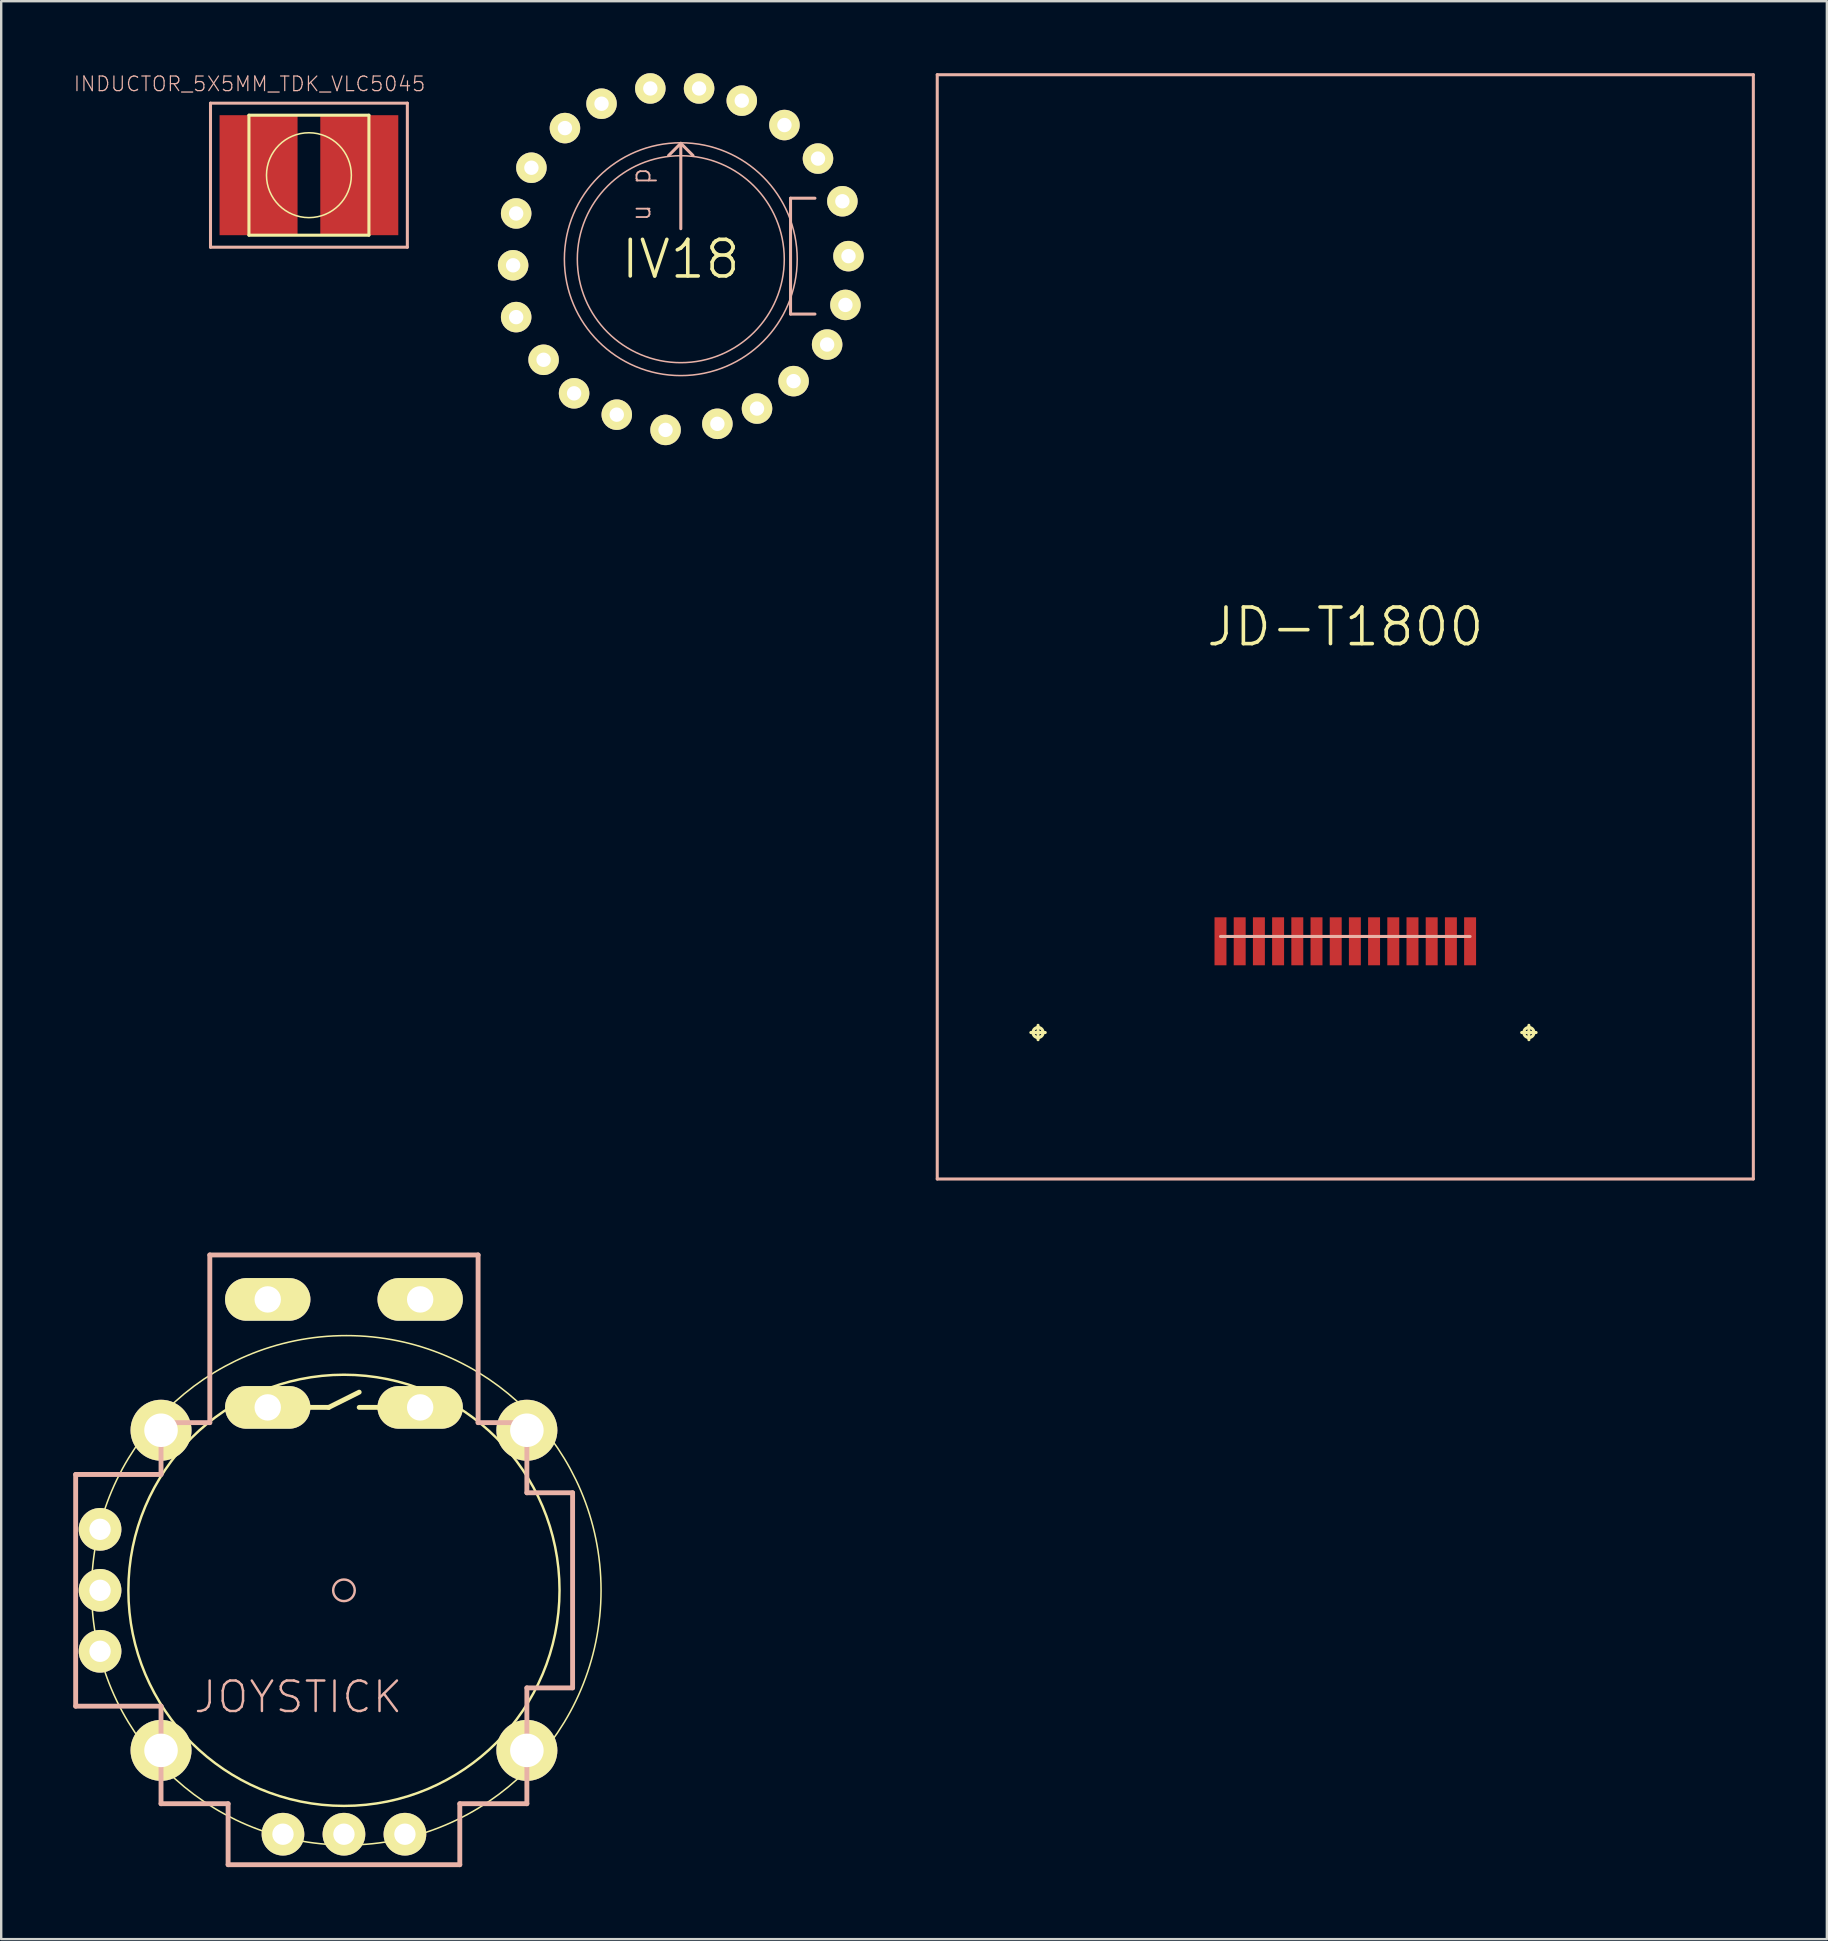
<source format=kicad_pcb>
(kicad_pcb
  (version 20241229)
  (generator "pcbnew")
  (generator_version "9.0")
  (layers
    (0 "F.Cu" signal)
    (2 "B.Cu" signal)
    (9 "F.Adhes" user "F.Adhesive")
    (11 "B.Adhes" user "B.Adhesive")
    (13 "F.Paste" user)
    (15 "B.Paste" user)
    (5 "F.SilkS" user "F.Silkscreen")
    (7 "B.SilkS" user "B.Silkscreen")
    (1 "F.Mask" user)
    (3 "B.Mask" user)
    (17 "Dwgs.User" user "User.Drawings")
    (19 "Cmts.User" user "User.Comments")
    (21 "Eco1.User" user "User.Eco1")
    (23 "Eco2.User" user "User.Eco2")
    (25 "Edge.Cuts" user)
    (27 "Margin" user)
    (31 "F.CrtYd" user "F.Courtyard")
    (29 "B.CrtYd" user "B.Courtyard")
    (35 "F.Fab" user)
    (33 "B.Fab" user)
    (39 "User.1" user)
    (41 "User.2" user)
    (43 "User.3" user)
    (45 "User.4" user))
  (footprint "JD-T1800"
    (layer "F.Cu")
    (at 52.991 23.063)
    (property "Reference" "JD-T1800" (at 0 0 0) (layer "F.SilkS") (effects (font (size 1.524 1.524) (thickness 0.15))))
    (attr smd)
    (fp_line (start -13.099 16.899) (end -12.499 16.899) (stroke (width 0.127) (type solid)) (layer "F.SilkS"))
    (fp_line (start -12.799 17.198) (end -12.799 16.599) (stroke (width 0.127) (type solid)) (layer "F.SilkS"))
    (fp_line (start 7.348 16.899) (end 7.948 16.899) (stroke (width 0.127) (type solid)) (layer "F.SilkS"))
    (fp_line (start 7.648 17.198) (end 7.648 16.599) (stroke (width 0.127) (type solid)) (layer "F.SilkS"))
    (fp_circle (center -12.799 16.899) (end -12.949 17.048) (stroke (width 0.127) (type solid)) (fill no) (layer "F.SilkS"))
    (fp_circle (center 7.648 16.899) (end 7.798 17.048) (stroke (width 0.127) (type solid)) (fill no) (layer "F.SilkS"))
    (fp_line (start -16.998 -23) (end 16.998 -23) (stroke (width 0.127) (type solid)) (layer "B.SilkS"))
    (fp_line (start -16.998 23) (end -16.998 -23) (stroke (width 0.127) (type solid)) (layer "B.SilkS"))
    (fp_line (start -5.199 12.898) (end 5.199 12.898) (stroke (width 0.127) (type solid)) (layer "B.SilkS"))
    (fp_line (start 16.998 -23) (end 16.998 23) (stroke (width 0.127) (type solid)) (layer "B.SilkS"))
    (fp_line (start 16.998 23) (end -16.998 23) (stroke (width 0.127) (type solid)) (layer "B.SilkS"))
    (pad "1" smd rect (at 5.199 13.099 90) (size 1.999 0.498) (layers "F.Cu" "F.Mask" "F.Paste"))
    (pad "2" smd rect (at 4.399 13.099 90) (size 1.999 0.498) (layers "F.Cu" "F.Mask" "F.Paste"))
    (pad "3" smd rect (at 3.599 13.099 90) (size 1.999 0.498) (layers "F.Cu" "F.Mask" "F.Paste"))
    (pad "4" smd rect (at 2.799 13.099 90) (size 1.999 0.498) (layers "F.Cu" "F.Mask" "F.Paste"))
    (pad "5" smd rect (at 1.999 13.099 90) (size 1.999 0.498) (layers "F.Cu" "F.Mask" "F.Paste"))
    (pad "6" smd rect (at 1.199 13.099 90) (size 1.999 0.498) (layers "F.Cu" "F.Mask" "F.Paste"))
    (pad "7" smd rect (at 0.399 13.099 90) (size 1.999 0.498) (layers "F.Cu" "F.Mask" "F.Paste"))
    (pad "8" smd rect (at -0.399 13.099 90) (size 1.999 0.498) (layers "F.Cu" "F.Mask" "F.Paste"))
    (pad "9" smd rect (at -1.199 13.099 90) (size 1.999 0.498) (layers "F.Cu" "F.Mask" "F.Paste"))
    (pad "10" smd rect (at -1.999 13.099 90) (size 1.999 0.498) (layers "F.Cu" "F.Mask" "F.Paste"))
    (pad "11" smd rect (at -2.799 13.099 90) (size 1.999 0.498) (layers "F.Cu" "F.Mask" "F.Paste"))
    (pad "12" smd rect (at -3.599 13.099 90) (size 1.999 0.498) (layers "F.Cu" "F.Mask" "F.Paste"))
    (pad "13" smd rect (at -4.399 13.099 90) (size 1.999 0.498) (layers "F.Cu" "F.Mask" "F.Paste"))
    (pad "14" smd rect (at -5.199 13.099 90) (size 1.999 0.498) (layers "F.Cu" "F.Mask" "F.Paste")))
  (footprint "INDUCTOR_5X5MM_TDK_VLC5045"
    (layer "F.Cu")
    (at 9.819 4.248)
    (property "Reference" "INDUCTOR_5X5MM_TDK_VLC5045" (at -2.474 -3.802 0) (layer "B.SilkS") (effects (font (size 0.61 0.61) (thickness 0.051))))
    (attr smd)
    (fp_line (start -2.499 -2.499) (end 2.499 -2.499) (stroke (width 0.127) (type solid)) (layer "F.SilkS"))
    (fp_line (start -2.499 2.499) (end -2.499 -2.499) (stroke (width 0.127) (type solid)) (layer "F.SilkS"))
    (fp_line (start 2.499 -2.499) (end 2.499 2.499) (stroke (width 0.127) (type solid)) (layer "F.SilkS"))
    (fp_line (start 2.499 2.499) (end -2.499 2.499) (stroke (width 0.127) (type solid)) (layer "F.SilkS"))
    (fp_circle (center 0 0) (end -1.25 1.25) (stroke (width 0.064) (type solid)) (fill no) (layer "F.SilkS"))
    (fp_line (start -4.1 -3) (end 4.1 -3) (stroke (width 0.127) (type solid)) (layer "B.SilkS"))
    (fp_line (start -4.1 3) (end -4.1 -3) (stroke (width 0.127) (type solid)) (layer "B.SilkS"))
    (fp_line (start 4.1 -3) (end 4.1 3) (stroke (width 0.127) (type solid)) (layer "B.SilkS"))
    (fp_line (start 4.1 3) (end -4.1 3) (stroke (width 0.127) (type solid)) (layer "B.SilkS"))
    (pad "P$1" smd rect (at -2.098 0) (size 3.249 4.999) (layers "F.Cu" "F.Mask" "F.Paste"))
    (pad "P$2" smd rect (at 2.098 0) (size 3.249 4.999) (layers "F.Cu" "F.Mask" "F.Paste")))
  (footprint "IV18"
    (layer "F.Cu")
    (at 25.31 7.747)
    (property "Reference" "IV18" (at 0 0 0) (layer "F.SilkS") (effects (font (size 1.524 1.524) (thickness 0.15))))
    (attr exclude_from_pos_files exclude_from_bom)
    (fp_line (start 0 -4.826) (end -0.508 -4.318) (stroke (width 0.127) (type solid)) (layer "B.SilkS"))
    (fp_line (start 0 -4.826) (end 0.508 -4.318) (stroke (width 0.127) (type solid)) (layer "B.SilkS"))
    (fp_line (start 0 -1.27) (end 0 -4.826) (stroke (width 0.127) (type solid)) (layer "B.SilkS"))
    (fp_line (start 4.572 -2.54) (end 4.572 2.286) (stroke (width 0.127) (type solid)) (layer "B.SilkS"))
    (fp_line (start 4.572 2.286) (end 5.588 2.286) (stroke (width 0.127) (type solid)) (layer "B.SilkS"))
    (fp_line (start 5.588 -2.54) (end 4.572 -2.54) (stroke (width 0.127) (type solid)) (layer "B.SilkS"))
    (fp_circle (center 0 0) (end -3.429 3.429) (stroke (width 0.064) (type solid)) (fill no) (layer "B.SilkS"))
    (fp_circle (center 0 0) (end -3.048 3.048) (stroke (width 0.064) (type solid)) (fill no) (layer "B.SilkS"))
    (fp_text user "u" (at -1.676 -1.93 90) (layer "B.SilkS") (effects (font (size 0.813 0.813) (thickness 0.076))))
    (fp_text user "p" (at -1.676 -3.454 90) (layer "B.SilkS") (effects (font (size 0.813 0.813) (thickness 0.076))))
    (pad "1" thru_hole circle (at -0.635 7.112) (size 1.27 1.27) (drill 0.599) (layers "*.Cu" "F.Mask" "F.SilkS" "F.Paste"))
    (pad "2" thru_hole circle (at 1.524 6.858) (size 1.27 1.27) (drill 0.599) (layers "*.Cu" "F.Mask" "F.SilkS" "F.Paste"))
    (pad "3" thru_hole circle (at 3.175 6.223) (size 1.27 1.27) (drill 0.599) (layers "*.Cu" "F.Mask" "F.SilkS" "F.Paste"))
    (pad "4" thru_hole circle (at 4.699 5.08) (size 1.27 1.27) (drill 0.599) (layers "*.Cu" "F.Mask" "F.SilkS" "F.Paste"))
    (pad "5" thru_hole circle (at 6.096 3.556) (size 1.27 1.27) (drill 0.599) (layers "*.Cu" "F.Mask" "F.SilkS" "F.Paste"))
    (pad "6" thru_hole circle (at 6.858 1.905) (size 1.27 1.27) (drill 0.599) (layers "*.Cu" "F.Mask" "F.SilkS" "F.Paste"))
    (pad "7" thru_hole circle (at 6.985 -0.127) (size 1.27 1.27) (drill 0.599) (layers "*.Cu" "F.Mask" "F.SilkS" "F.Paste"))
    (pad "8" thru_hole circle (at 6.731 -2.413) (size 1.27 1.27) (drill 0.599) (layers "*.Cu" "F.Mask" "F.SilkS" "F.Paste"))
    (pad "9" thru_hole circle (at 5.715 -4.191) (size 1.27 1.27) (drill 0.599) (layers "*.Cu" "F.Mask" "F.SilkS" "F.Paste"))
    (pad "10" thru_hole circle (at 4.318 -5.588) (size 1.27 1.27) (drill 0.599) (layers "*.Cu" "F.Mask" "F.SilkS" "F.Paste"))
    (pad "11" thru_hole circle (at 2.54 -6.604) (size 1.27 1.27) (drill 0.599) (layers "*.Cu" "F.Mask" "F.SilkS" "F.Paste"))
    (pad "12" thru_hole circle (at 0.762 -7.112) (size 1.27 1.27) (drill 0.599) (layers "*.Cu" "F.Mask" "F.SilkS" "F.Paste"))
    (pad "13" thru_hole circle (at -1.27 -7.112) (size 1.27 1.27) (drill 0.599) (layers "*.Cu" "F.Mask" "F.SilkS" "F.Paste"))
    (pad "14" thru_hole circle (at -3.302 -6.477) (size 1.27 1.27) (drill 0.599) (layers "*.Cu" "F.Mask" "F.SilkS" "F.Paste"))
    (pad "15" thru_hole circle (at -4.826 -5.461) (size 1.27 1.27) (drill 0.599) (layers "*.Cu" "F.Mask" "F.SilkS" "F.Paste"))
    (pad "16" thru_hole circle (at -6.223 -3.81) (size 1.27 1.27) (drill 0.599) (layers "*.Cu" "F.Mask" "F.SilkS" "F.Paste"))
    (pad "17" thru_hole circle (at -6.858 -1.905) (size 1.27 1.27) (drill 0.599) (layers "*.Cu" "F.Mask" "F.SilkS" "F.Paste"))
    (pad "18" thru_hole circle (at -6.985 0.254) (size 1.27 1.27) (drill 0.599) (layers "*.Cu" "F.Mask" "F.SilkS" "F.Paste"))
    (pad "19" thru_hole circle (at -6.858 2.413) (size 1.27 1.27) (drill 0.599) (layers "*.Cu" "F.Mask" "F.SilkS" "F.Paste"))
    (pad "20" thru_hole circle (at -5.715 4.191) (size 1.27 1.27) (drill 0.599) (layers "*.Cu" "F.Mask" "F.SilkS" "F.Paste"))
    (pad "21" thru_hole circle (at -4.445 5.588) (size 1.27 1.27) (drill 0.599) (layers "*.Cu" "F.Mask" "F.SilkS" "F.Paste"))
    (pad "22" thru_hole circle (at -2.667 6.477) (size 1.27 1.27) (drill 0.599) (layers "*.Cu" "F.Mask" "F.SilkS" "F.Paste")))
  (footprint "JOYSTICK"
    (layer "F.Cu")
    (at 11.278 63.198)
    (property "Reference" "JOYSTICK" (at -1.905 4.445 0) (layer "B.SilkS") (effects (font (size 1.27 1.27) (thickness 0.102))))
    (attr exclude_from_pos_files exclude_from_bom)
    (fp_line (start -1.905 -7.62) (end -0.635 -7.62) (stroke (width 0.203) (type solid)) (layer "F.SilkS"))
    (fp_line (start -0.635 -7.62) (end 0.635 -8.255) (stroke (width 0.203) (type solid)) (layer "F.SilkS"))
    (fp_line (start 0.635 -7.62) (end 1.905 -7.62) (stroke (width 0.203) (type solid)) (layer "F.SilkS"))
    (fp_circle (center 0 0) (end -6.35 6.35) (stroke (width 0.102) (type solid)) (fill no) (layer "F.SilkS"))
    (fp_circle (center 0.099 0) (end 7.602 7.503) (stroke (width 0.064) (type solid)) (fill no) (layer "F.SilkS"))
    (fp_line (start -11.176 -4.826) (end -11.176 4.826) (stroke (width 0.203) (type solid)) (layer "B.SilkS"))
    (fp_line (start -7.62 -4.826) (end -11.176 -4.826) (stroke (width 0.203) (type solid)) (layer "B.SilkS"))
    (fp_line (start -7.62 -4.826) (end -7.62 -6.985) (stroke (width 0.203) (type solid)) (layer "B.SilkS"))
    (fp_line (start -7.62 4.826) (end -11.176 4.826) (stroke (width 0.203) (type solid)) (layer "B.SilkS"))
    (fp_line (start -7.62 4.826) (end -7.62 8.89) (stroke (width 0.203) (type solid)) (layer "B.SilkS"))
    (fp_line (start -5.588 -13.97) (end -5.588 -6.985) (stroke (width 0.203) (type solid)) (layer "B.SilkS"))
    (fp_line (start -5.588 -6.985) (end -7.62 -6.985) (stroke (width 0.203) (type solid)) (layer "B.SilkS"))
    (fp_line (start -4.826 8.89) (end -7.62 8.89) (stroke (width 0.203) (type solid)) (layer "B.SilkS"))
    (fp_line (start -4.826 11.43) (end -4.826 8.89) (stroke (width 0.203) (type solid)) (layer "B.SilkS"))
    (fp_line (start 4.826 8.89) (end 7.62 8.89) (stroke (width 0.203) (type solid)) (layer "B.SilkS"))
    (fp_line (start 4.826 11.43) (end -4.826 11.43) (stroke (width 0.203) (type solid)) (layer "B.SilkS"))
    (fp_line (start 4.826 11.43) (end 4.826 8.89) (stroke (width 0.203) (type solid)) (layer "B.SilkS"))
    (fp_line (start 5.588 -13.97) (end -5.588 -13.97) (stroke (width 0.203) (type solid)) (layer "B.SilkS"))
    (fp_line (start 5.588 -13.97) (end 5.588 -6.985) (stroke (width 0.203) (type solid)) (layer "B.SilkS"))
    (fp_line (start 7.62 -6.985) (end 5.588 -6.985) (stroke (width 0.203) (type solid)) (layer "B.SilkS"))
    (fp_line (start 7.62 -4.064) (end 7.62 -6.985) (stroke (width 0.203) (type solid)) (layer "B.SilkS"))
    (fp_line (start 7.62 -4.064) (end 9.525 -4.064) (stroke (width 0.203) (type solid)) (layer "B.SilkS"))
    (fp_line (start 7.62 4.064) (end 7.62 8.89) (stroke (width 0.203) (type solid)) (layer "B.SilkS"))
    (fp_line (start 7.62 4.064) (end 9.525 4.064) (stroke (width 0.203) (type solid)) (layer "B.SilkS"))
    (fp_line (start 9.525 -4.064) (end 9.525 4.064) (stroke (width 0.203) (type solid)) (layer "B.SilkS"))
    (fp_circle (center 0 0) (end -0.318 0.318) (stroke (width 0.102) (type solid)) (fill no) (layer "B.SilkS"))
    (pad "B1A" thru_hole oval (at -3.175 -12.118 90) (size 1.778 3.556) (drill 1.1) (layers "*.Cu" "F.Mask" "F.SilkS" "F.Paste"))
    (pad "B1B" thru_hole oval (at 3.175 -12.118 90) (size 1.778 3.556) (drill 1.1) (layers "*.Cu" "F.Mask" "F.SilkS" "F.Paste"))
    (pad "B2A" thru_hole oval (at -3.175 -7.62 90) (size 1.778 3.556) (drill 1.1) (layers "*.Cu" "F.Mask" "F.SilkS" "F.Paste"))
    (pad "B2B" thru_hole oval (at 3.175 -7.62 90) (size 1.778 3.556) (drill 1.1) (layers "*.Cu" "F.Mask" "F.SilkS" "F.Paste"))
    (pad "H1" thru_hole circle (at -2.54 10.16 90) (size 1.778 1.778) (drill 0.889) (layers "*.Cu" "F.Mask" "F.SilkS" "F.Paste"))
    (pad "H2" thru_hole circle (at 0 10.16 90) (size 1.778 1.778) (drill 0.889) (layers "*.Cu" "F.Mask" "F.SilkS" "F.Paste"))
    (pad "H3" thru_hole circle (at 2.54 10.16 90) (size 1.778 1.778) (drill 0.889) (layers "*.Cu" "F.Mask" "F.SilkS" "F.Paste"))
    (pad "MOUN" thru_hole circle (at -7.62 -6.668 90) (size 2.54 2.54) (drill 1.397) (layers "*.Cu" "F.Mask" "F.SilkS" "F.Paste"))
    (pad "MOUN" thru_hole circle (at -7.62 6.668 90) (size 2.54 2.54) (drill 1.397) (layers "*.Cu" "F.Mask" "F.SilkS" "F.Paste"))
    (pad "MOUN" thru_hole circle (at 7.62 -6.668 90) (size 2.54 2.54) (drill 1.397) (layers "*.Cu" "F.Mask" "F.SilkS" "F.Paste"))
    (pad "MOUN" thru_hole circle (at 7.62 6.668 90) (size 2.54 2.54) (drill 1.397) (layers "*.Cu" "F.Mask" "F.SilkS" "F.Paste"))
    (pad "V1" thru_hole circle (at -10.16 -2.54 90) (size 1.778 1.778) (drill 0.889) (layers "*.Cu" "F.Mask" "F.SilkS" "F.Paste"))
    (pad "V2" thru_hole circle (at -10.16 0 90) (size 1.778 1.778) (drill 0.889) (layers "*.Cu" "F.Mask" "F.SilkS" "F.Paste"))
    (pad "V3" thru_hole circle (at -10.16 2.54 90) (size 1.778 1.778) (drill 0.889) (layers "*.Cu" "F.Mask" "F.SilkS" "F.Paste")))
  (gr_rect
    (start -3 -3)
    (end 73.052 77.73)
    (stroke (width 0.1) (type default))
    (fill no)
    (layer "Edge.Cuts")))
</source>
